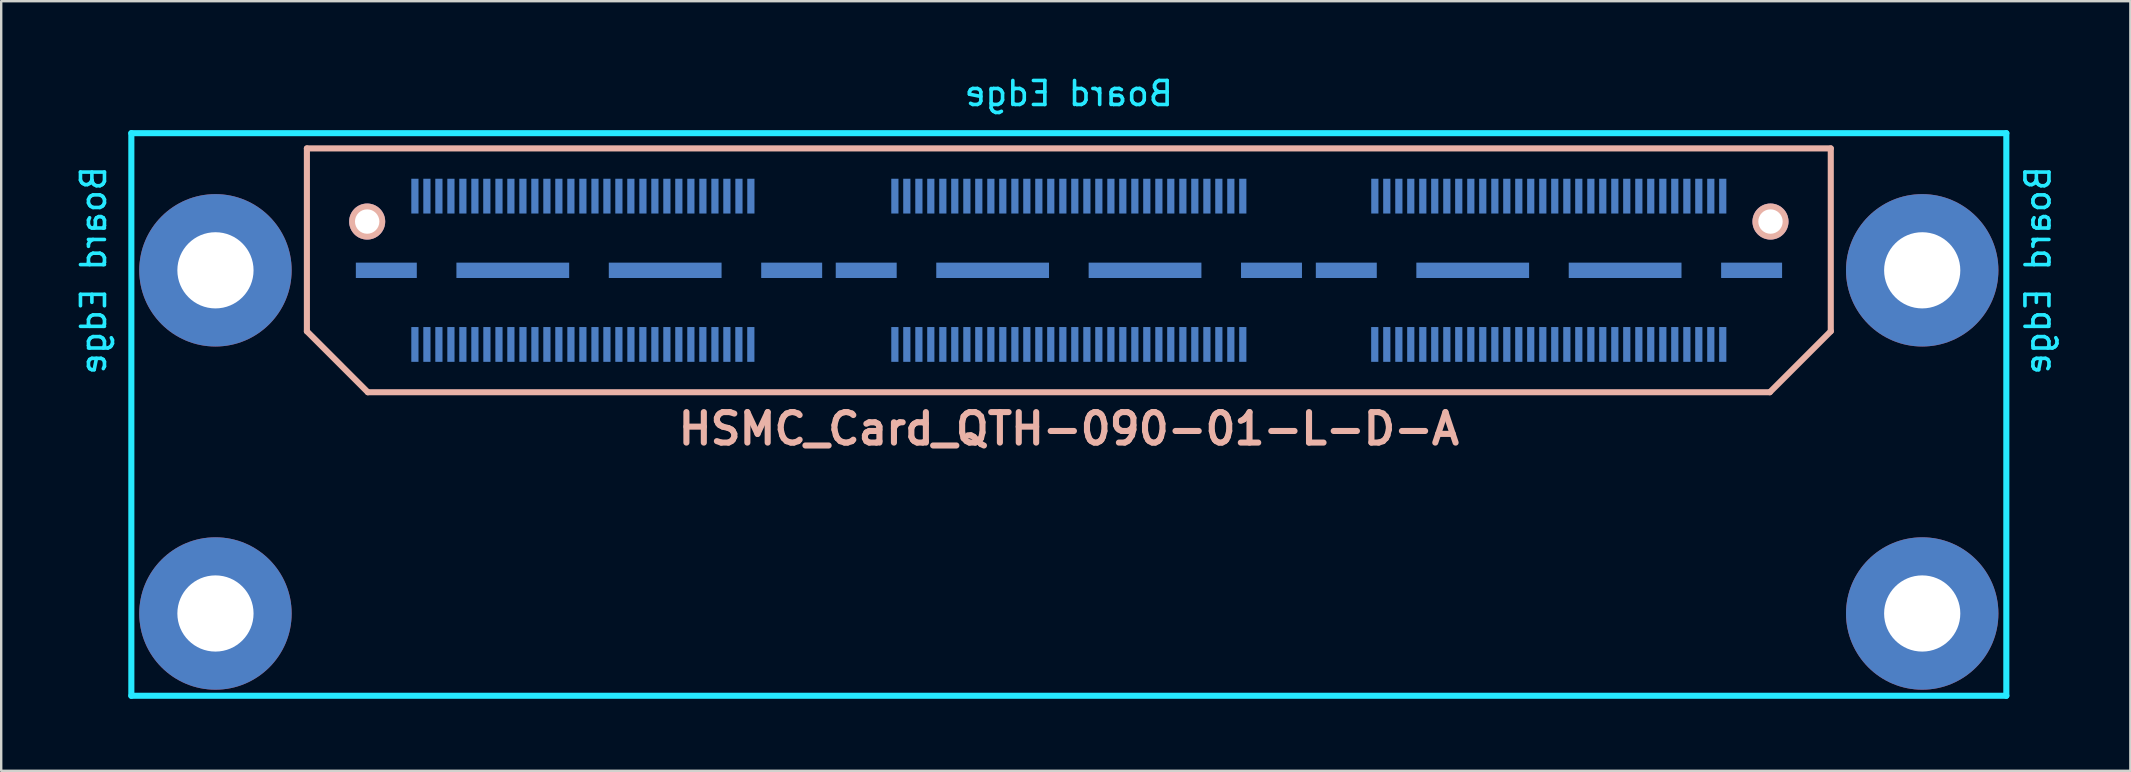
<source format=kicad_pcb>
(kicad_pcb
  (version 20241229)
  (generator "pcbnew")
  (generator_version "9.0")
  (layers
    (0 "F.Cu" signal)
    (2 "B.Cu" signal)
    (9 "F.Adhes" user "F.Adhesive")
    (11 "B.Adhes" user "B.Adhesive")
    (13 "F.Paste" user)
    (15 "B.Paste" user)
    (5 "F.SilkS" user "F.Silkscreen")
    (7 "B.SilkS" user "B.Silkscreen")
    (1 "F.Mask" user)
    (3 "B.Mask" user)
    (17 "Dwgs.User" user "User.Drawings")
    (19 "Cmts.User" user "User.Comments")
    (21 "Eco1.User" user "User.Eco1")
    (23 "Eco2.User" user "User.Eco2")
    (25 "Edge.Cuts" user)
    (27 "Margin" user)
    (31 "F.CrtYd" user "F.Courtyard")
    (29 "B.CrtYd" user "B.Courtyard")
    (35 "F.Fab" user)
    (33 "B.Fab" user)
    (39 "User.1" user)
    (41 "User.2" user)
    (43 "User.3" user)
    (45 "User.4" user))
  (footprint "HSMC_Card_QTH-090-01-L-D-A"
    (layer "F.Cu")
    (at 41.488 8.214)
    (property "Reference" "HSMC_Card_QTH-090-01-L-D-A" (at 0 6.604 0) (layer "B.SilkS") (effects (font (size 1.27 1.27) (thickness 0.254))))
    (attr smd)
    (fp_line (start -31.75 -5.08) (end 31.75 -5.08) (stroke (width 0.254) (type solid)) (layer "B.SilkS"))
    (fp_line (start -31.75 2.54) (end -31.75 -5.08) (stroke (width 0.254) (type solid)) (layer "B.SilkS"))
    (fp_line (start -29.21 5.08) (end -31.75 2.54) (stroke (width 0.254) (type solid)) (layer "B.SilkS"))
    (fp_line (start -29.21 5.08) (end 29.21 5.08) (stroke (width 0.254) (type solid)) (layer "B.SilkS"))
    (fp_line (start 29.21 5.08) (end 31.75 2.54) (stroke (width 0.254) (type solid)) (layer "B.SilkS"))
    (fp_line (start 31.75 2.54) (end 31.75 -5.08) (stroke (width 0.254) (type solid)) (layer "B.SilkS"))
    (fp_line (start -39.065 -5.715) (end -39.065 17.729) (stroke (width 0.254) (type solid)) (layer "B.CrtYd"))
    (fp_line (start -39.065 -5.715) (end 39.065 -5.715) (stroke (width 0.254) (type solid)) (layer "B.CrtYd"))
    (fp_line (start -39.065 17.729) (end 39.065 17.729) (stroke (width 0.254) (type solid)) (layer "B.CrtYd"))
    (fp_line (start 39.065 -5.715) (end 39.065 17.729) (stroke (width 0.254) (type solid)) (layer "B.CrtYd"))
    (fp_text user "Board Edge" (at -40.64 0 90) (layer "B.CrtYd") (effects (font (size 1 1) (thickness 0.15)) (justify mirror)))
    (fp_text user "Board Edge" (at 0 -7.366 180) (layer "B.CrtYd") (effects (font (size 1 1) (thickness 0.15)) (justify mirror)))
    (fp_text user "Board Edge" (at 40.386 0 270) (layer "B.CrtYd") (effects (font (size 1 1) (thickness 0.15)) (justify mirror)))
    (pad "" np_thru_hole circle (at -35.56 0) (size 6.35 6.35) (drill 3.175) (layers "*.Cu" "*.Mask"))
    (pad "" np_thru_hole circle (at -35.56 14.3) (size 6.35 6.35) (drill 3.175) (layers "*.Cu" "*.Mask"))
    (pad "" np_thru_hole circle (at -29.238 -2.032) (size 1.501 1.501) (drill 1.016) (layers "*.Cu" "*.Mask" "B.SilkS"))
    (pad "" smd rect (at -26.249 -3.091) (size 0.3 1.45) (layers "B.Cu" "B.Mask" "B.Paste"))
    (pad "" smd rect (at -26.249 3.089) (size 0.3 1.45) (layers "B.Cu" "B.Mask" "B.Paste"))
    (pad "" smd rect (at -24.749 -3.091) (size 0.3 1.45) (layers "B.Cu" "B.Mask" "B.Paste"))
    (pad "" smd rect (at -24.749 3.089) (size 0.3 1.45) (layers "B.Cu" "B.Mask" "B.Paste"))
    (pad "" smd rect (at -23.249 -3.091) (size 0.3 1.45) (layers "B.Cu" "B.Mask" "B.Paste"))
    (pad "" smd rect (at -23.249 3.089) (size 0.3 1.45) (layers "B.Cu" "B.Mask" "B.Paste"))
    (pad "" smd rect (at -21.749 -3.091) (size 0.3 1.45) (layers "B.Cu" "B.Mask" "B.Paste"))
    (pad "" smd rect (at -21.749 3.089) (size 0.3 1.45) (layers "B.Cu" "B.Mask" "B.Paste"))
    (pad "" smd rect (at -20.249 -3.091) (size 0.3 1.45) (layers "B.Cu" "B.Mask" "B.Paste"))
    (pad "" smd rect (at -20.249 3.089) (size 0.3 1.45) (layers "B.Cu" "B.Mask" "B.Paste"))
    (pad "" smd rect (at -18.749 -3.091) (size 0.3 1.45) (layers "B.Cu" "B.Mask" "B.Paste"))
    (pad "" smd rect (at -18.749 3.089) (size 0.3 1.45) (layers "B.Cu" "B.Mask" "B.Paste"))
    (pad "" smd rect (at -17.249 -3.091) (size 0.3 1.45) (layers "B.Cu" "B.Mask" "B.Paste"))
    (pad "" smd rect (at -17.249 3.089) (size 0.3 1.45) (layers "B.Cu" "B.Mask" "B.Paste"))
    (pad "" smd rect (at -15.749 -3.091) (size 0.3 1.45) (layers "B.Cu" "B.Mask" "B.Paste"))
    (pad "" smd rect (at -15.749 3.089) (size 0.3 1.45) (layers "B.Cu" "B.Mask" "B.Paste"))
    (pad "" smd rect (at -14.249 -3.091) (size 0.3 1.45) (layers "B.Cu" "B.Mask" "B.Paste"))
    (pad "" smd rect (at -14.249 3.089) (size 0.3 1.45) (layers "B.Cu" "B.Mask" "B.Paste"))
    (pad "" np_thru_hole circle (at 29.238 -2.032) (size 1.501 1.501) (drill 1.016) (layers "*.Cu" "*.Mask" "B.SilkS"))
    (pad "" np_thru_hole circle (at 35.56 0) (size 6.35 6.35) (drill 3.175) (layers "*.Cu" "*.Mask"))
    (pad "" np_thru_hole circle (at 35.56 14.3) (size 6.35 6.35) (drill 3.175) (layers "*.Cu" "*.Mask"))
    (pad "1" smd rect (at -27.249 -3.091) (size 0.3 1.45) (layers "B.Cu" "B.Mask" "B.Paste"))
    (pad "2" smd rect (at -27.249 3.089) (size 0.3 1.45) (layers "B.Cu" "B.Mask" "B.Paste"))
    (pad "3" smd rect (at -26.749 -3.091) (size 0.3 1.45) (layers "B.Cu" "B.Mask" "B.Paste"))
    (pad "4" smd rect (at -26.749 3.089) (size 0.3 1.45) (layers "B.Cu" "B.Mask" "B.Paste"))
    (pad "5" smd rect (at -25.748 -3.091) (size 0.3 1.45) (layers "B.Cu" "B.Mask" "B.Paste"))
    (pad "6" smd rect (at -25.748 3.089) (size 0.3 1.45) (layers "B.Cu" "B.Mask" "B.Paste"))
    (pad "7" smd rect (at -25.25 -3.091) (size 0.3 1.45) (layers "B.Cu" "B.Mask" "B.Paste"))
    (pad "8" smd rect (at -25.25 3.089) (size 0.3 1.45) (layers "B.Cu" "B.Mask" "B.Paste"))
    (pad "9" smd rect (at -24.252 -3.091) (size 0.3 1.45) (layers "B.Cu" "B.Mask" "B.Paste"))
    (pad "10" smd rect (at -24.249 3.089) (size 0.3 1.45) (layers "B.Cu" "B.Mask" "B.Paste"))
    (pad "11" smd rect (at -23.746 -3.091) (size 0.3 1.45) (layers "B.Cu" "B.Mask" "B.Paste"))
    (pad "12" smd rect (at -23.746 3.089) (size 0.3 1.45) (layers "B.Cu" "B.Mask" "B.Paste"))
    (pad "13" smd rect (at -22.748 -3.091) (size 0.3 1.45) (layers "B.Cu" "B.Mask" "B.Paste"))
    (pad "14" smd rect (at -22.746 3.089) (size 0.3 1.45) (layers "B.Cu" "B.Mask" "B.Paste"))
    (pad "15" smd rect (at -22.25 -3.091) (size 0.3 1.45) (layers "B.Cu" "B.Mask" "B.Paste"))
    (pad "16" smd rect (at -22.248 3.089) (size 0.3 1.45) (layers "B.Cu" "B.Mask" "B.Paste"))
    (pad "17" smd rect (at -21.25 -3.091) (size 0.3 1.45) (layers "B.Cu" "B.Mask" "B.Paste"))
    (pad "18" smd rect (at -21.25 3.089) (size 0.3 1.45) (layers "B.Cu" "B.Mask" "B.Paste"))
    (pad "19" smd rect (at -20.749 -3.091) (size 0.3 1.45) (layers "B.Cu" "B.Mask" "B.Paste"))
    (pad "20" smd rect (at -20.747 3.089) (size 0.3 1.45) (layers "B.Cu" "B.Mask" "B.Paste"))
    (pad "21" smd rect (at -19.746 -3.091) (size 0.3 1.45) (layers "B.Cu" "B.Mask" "B.Paste"))
    (pad "22" smd rect (at -19.746 3.089) (size 0.3 1.45) (layers "B.Cu" "B.Mask" "B.Paste"))
    (pad "23" smd rect (at -19.248 -3.091) (size 0.3 1.45) (layers "B.Cu" "B.Mask" "B.Paste"))
    (pad "24" smd rect (at -19.248 3.089) (size 0.3 1.45) (layers "B.Cu" "B.Mask" "B.Paste"))
    (pad "25" smd rect (at -18.25 -3.091) (size 0.3 1.45) (layers "B.Cu" "B.Mask" "B.Paste"))
    (pad "26" smd rect (at -18.247 3.089) (size 0.3 1.45) (layers "B.Cu" "B.Mask" "B.Paste"))
    (pad "27" smd rect (at -17.747 -3.091) (size 0.3 1.45) (layers "B.Cu" "B.Mask" "B.Paste"))
    (pad "28" smd rect (at -17.75 3.089) (size 0.3 1.45) (layers "B.Cu" "B.Mask" "B.Paste"))
    (pad "29" smd rect (at -16.749 -3.091) (size 0.3 1.45) (layers "B.Cu" "B.Mask" "B.Paste"))
    (pad "30" smd rect (at -16.749 3.089) (size 0.3 1.45) (layers "B.Cu" "B.Mask" "B.Paste"))
    (pad "31" smd rect (at -16.251 -3.091) (size 0.3 1.45) (layers "B.Cu" "B.Mask" "B.Paste"))
    (pad "32" smd rect (at -16.251 3.089) (size 0.3 1.45) (layers "B.Cu" "B.Mask" "B.Paste"))
    (pad "33" smd rect (at -15.248 -3.091) (size 0.3 1.45) (layers "B.Cu" "B.Mask" "B.Paste"))
    (pad "34" smd rect (at -15.25 3.089) (size 0.3 1.45) (layers "B.Cu" "B.Mask" "B.Paste"))
    (pad "35" smd rect (at -14.747 -3.091) (size 0.3 1.45) (layers "B.Cu" "B.Mask" "B.Paste"))
    (pad "36" smd rect (at -14.747 3.089) (size 0.3 1.45) (layers "B.Cu" "B.Mask" "B.Paste"))
    (pad "37" smd rect (at -13.746 -3.091) (size 0.3 1.45) (layers "B.Cu" "B.Mask" "B.Paste"))
    (pad "38" smd rect (at -13.749 3.089) (size 0.3 1.45) (layers "B.Cu" "B.Mask" "B.Paste"))
    (pad "39" smd rect (at -13.249 -3.091) (size 0.3 1.45) (layers "B.Cu" "B.Mask" "B.Paste"))
    (pad "40" smd rect (at -13.251 3.089) (size 0.3 1.45) (layers "B.Cu" "B.Mask" "B.Paste"))
    (pad "41" smd rect (at -7.249 -3.091) (size 0.3 1.45) (layers "B.Cu" "B.Mask" "B.Paste"))
    (pad "42" smd rect (at -7.249 3.089) (size 0.3 1.45) (layers "B.Cu" "B.Mask" "B.Paste"))
    (pad "43" smd rect (at -6.751 -3.091) (size 0.3 1.45) (layers "B.Cu" "B.Mask" "B.Paste"))
    (pad "44" smd rect (at -6.751 3.089) (size 0.3 1.45) (layers "B.Cu" "B.Mask" "B.Paste"))
    (pad "45" smd rect (at -6.248 -3.091) (size 0.3 1.45) (layers "B.Cu" "B.Mask" "B.Paste"))
    (pad "46" smd rect (at -6.248 3.089) (size 0.3 1.45) (layers "B.Cu" "B.Mask" "B.Paste"))
    (pad "47" smd rect (at -5.751 -3.091) (size 0.3 1.45) (layers "B.Cu" "B.Mask" "B.Paste"))
    (pad "48" smd rect (at -5.751 3.089) (size 0.3 1.45) (layers "B.Cu" "B.Mask" "B.Paste"))
    (pad "49" smd rect (at -5.25 -3.091) (size 0.3 1.45) (layers "B.Cu" "B.Mask" "B.Paste"))
    (pad "50" smd rect (at -5.25 3.089) (size 0.3 1.45) (layers "B.Cu" "B.Mask" "B.Paste"))
    (pad "51" smd rect (at -4.752 -3.091) (size 0.3 1.45) (layers "B.Cu" "B.Mask" "B.Paste"))
    (pad "52" smd rect (at -4.752 3.089) (size 0.3 1.45) (layers "B.Cu" "B.Mask" "B.Paste"))
    (pad "53" smd rect (at -4.249 -3.091) (size 0.3 1.45) (layers "B.Cu" "B.Mask" "B.Paste"))
    (pad "54" smd rect (at -4.249 3.089) (size 0.3 1.45) (layers "B.Cu" "B.Mask" "B.Paste"))
    (pad "55" smd rect (at -3.752 -3.091) (size 0.3 1.45) (layers "B.Cu" "B.Mask" "B.Paste"))
    (pad "56" smd rect (at -3.752 3.089) (size 0.3 1.45) (layers "B.Cu" "B.Mask" "B.Paste"))
    (pad "57" smd rect (at -3.249 -3.091) (size 0.3 1.45) (layers "B.Cu" "B.Mask" "B.Paste"))
    (pad "58" smd rect (at -3.249 3.089) (size 0.3 1.45) (layers "B.Cu" "B.Mask" "B.Paste"))
    (pad "59" smd rect (at -2.751 -3.091) (size 0.3 1.45) (layers "B.Cu" "B.Mask" "B.Paste"))
    (pad "60" smd rect (at -2.751 3.089) (size 0.3 1.45) (layers "B.Cu" "B.Mask" "B.Paste"))
    (pad "61" smd rect (at -2.248 -3.091) (size 0.3 1.45) (layers "B.Cu" "B.Mask" "B.Paste"))
    (pad "62" smd rect (at -2.248 3.089) (size 0.3 1.45) (layers "B.Cu" "B.Mask" "B.Paste"))
    (pad "63" smd rect (at -1.75 -3.091) (size 0.3 1.45) (layers "B.Cu" "B.Mask" "B.Paste"))
    (pad "64" smd rect (at -1.75 3.089) (size 0.3 1.45) (layers "B.Cu" "B.Mask" "B.Paste"))
    (pad "65" smd rect (at -1.25 -3.091) (size 0.3 1.45) (layers "B.Cu" "B.Mask" "B.Paste"))
    (pad "66" smd rect (at -1.25 3.089) (size 0.3 1.45) (layers "B.Cu" "B.Mask" "B.Paste"))
    (pad "67" smd rect (at -0.752 -3.091) (size 0.3 1.45) (layers "B.Cu" "B.Mask" "B.Paste"))
    (pad "68" smd rect (at -0.752 3.089) (size 0.3 1.45) (layers "B.Cu" "B.Mask" "B.Paste"))
    (pad "69" smd rect (at -0.249 -3.091) (size 0.3 1.45) (layers "B.Cu" "B.Mask" "B.Paste"))
    (pad "70" smd rect (at -0.249 3.089) (size 0.3 1.45) (layers "B.Cu" "B.Mask" "B.Paste"))
    (pad "71" smd rect (at 0.249 -3.091) (size 0.3 1.45) (layers "B.Cu" "B.Mask" "B.Paste"))
    (pad "72" smd rect (at 0.249 3.089) (size 0.3 1.45) (layers "B.Cu" "B.Mask" "B.Paste"))
    (pad "73" smd rect (at 0.752 -3.091) (size 0.3 1.45) (layers "B.Cu" "B.Mask" "B.Paste"))
    (pad "74" smd rect (at 0.752 3.089) (size 0.3 1.45) (layers "B.Cu" "B.Mask" "B.Paste"))
    (pad "75" smd rect (at 1.25 -3.091) (size 0.3 1.45) (layers "B.Cu" "B.Mask" "B.Paste"))
    (pad "76" smd rect (at 1.25 3.089) (size 0.3 1.45) (layers "B.Cu" "B.Mask" "B.Paste"))
    (pad "77" smd rect (at 1.753 -3.091) (size 0.3 1.45) (layers "B.Cu" "B.Mask" "B.Paste"))
    (pad "78" smd rect (at 1.753 3.089) (size 0.3 1.45) (layers "B.Cu" "B.Mask" "B.Paste"))
    (pad "79" smd rect (at 2.25 -3.091) (size 0.3 1.45) (layers "B.Cu" "B.Mask" "B.Paste"))
    (pad "80" smd rect (at 2.25 3.089) (size 0.3 1.45) (layers "B.Cu" "B.Mask" "B.Paste"))
    (pad "81" smd rect (at 2.751 -3.091) (size 0.3 1.45) (layers "B.Cu" "B.Mask" "B.Paste"))
    (pad "82" smd rect (at 2.751 3.089) (size 0.3 1.45) (layers "B.Cu" "B.Mask" "B.Paste"))
    (pad "83" smd rect (at 3.249 -3.091) (size 0.3 1.45) (layers "B.Cu" "B.Mask" "B.Paste"))
    (pad "84" smd rect (at 3.249 3.089) (size 0.3 1.45) (layers "B.Cu" "B.Mask" "B.Paste"))
    (pad "85" smd rect (at 3.752 -3.091) (size 0.3 1.45) (layers "B.Cu" "B.Mask" "B.Paste"))
    (pad "86" smd rect (at 3.752 3.089) (size 0.3 1.45) (layers "B.Cu" "B.Mask" "B.Paste"))
    (pad "87" smd rect (at 4.249 -3.091) (size 0.3 1.45) (layers "B.Cu" "B.Mask" "B.Paste"))
    (pad "88" smd rect (at 4.249 3.089) (size 0.3 1.45) (layers "B.Cu" "B.Mask" "B.Paste"))
    (pad "89" smd rect (at 4.752 -3.091) (size 0.3 1.45) (layers "B.Cu" "B.Mask" "B.Paste"))
    (pad "90" smd rect (at 4.752 3.089) (size 0.3 1.45) (layers "B.Cu" "B.Mask" "B.Paste"))
    (pad "91" smd rect (at 5.25 -3.091) (size 0.3 1.45) (layers "B.Cu" "B.Mask" "B.Paste"))
    (pad "92" smd rect (at 5.25 3.089) (size 0.3 1.45) (layers "B.Cu" "B.Mask" "B.Paste"))
    (pad "93" smd rect (at 5.753 -3.091) (size 0.3 1.45) (layers "B.Cu" "B.Mask" "B.Paste"))
    (pad "94" smd rect (at 5.753 3.089) (size 0.3 1.45) (layers "B.Cu" "B.Mask" "B.Paste"))
    (pad "95" smd rect (at 6.251 -3.091) (size 0.3 1.45) (layers "B.Cu" "B.Mask" "B.Paste"))
    (pad "96" smd rect (at 6.251 3.089) (size 0.3 1.45) (layers "B.Cu" "B.Mask" "B.Paste"))
    (pad "97" smd rect (at 6.751 -3.091) (size 0.3 1.45) (layers "B.Cu" "B.Mask" "B.Paste"))
    (pad "98" smd rect (at 6.751 3.089) (size 0.3 1.45) (layers "B.Cu" "B.Mask" "B.Paste"))
    (pad "99" smd rect (at 7.249 -3.091) (size 0.3 1.45) (layers "B.Cu" "B.Mask" "B.Paste"))
    (pad "100" smd rect (at 7.249 3.089) (size 0.3 1.45) (layers "B.Cu" "B.Mask" "B.Paste"))
    (pad "101" smd rect (at 12.751 -3.091) (size 0.3 1.45) (layers "B.Cu" "B.Mask" "B.Paste"))
    (pad "102" smd rect (at 12.748 3.089) (size 0.3 1.45) (layers "B.Cu" "B.Mask" "B.Paste"))
    (pad "103" smd rect (at 13.249 -3.091) (size 0.3 1.45) (layers "B.Cu" "B.Mask" "B.Paste"))
    (pad "104" smd rect (at 13.249 3.089) (size 0.3 1.45) (layers "B.Cu" "B.Mask" "B.Paste"))
    (pad "105" smd rect (at 13.752 -3.091) (size 0.3 1.45) (layers "B.Cu" "B.Mask" "B.Paste"))
    (pad "106" smd rect (at 13.752 3.089) (size 0.3 1.45) (layers "B.Cu" "B.Mask" "B.Paste"))
    (pad "107" smd rect (at 14.249 -3.091) (size 0.3 1.45) (layers "B.Cu" "B.Mask" "B.Paste"))
    (pad "108" smd rect (at 14.249 3.089) (size 0.3 1.45) (layers "B.Cu" "B.Mask" "B.Paste"))
    (pad "109" smd rect (at 14.75 -3.091) (size 0.3 1.45) (layers "B.Cu" "B.Mask" "B.Paste"))
    (pad "110" smd rect (at 14.75 3.089) (size 0.3 1.45) (layers "B.Cu" "B.Mask" "B.Paste"))
    (pad "111" smd rect (at 15.248 -3.091) (size 0.3 1.45) (layers "B.Cu" "B.Mask" "B.Paste"))
    (pad "112" smd rect (at 15.248 3.089) (size 0.3 1.45) (layers "B.Cu" "B.Mask" "B.Paste"))
    (pad "113" smd rect (at 15.751 -3.091) (size 0.3 1.45) (layers "B.Cu" "B.Mask" "B.Paste"))
    (pad "114" smd rect (at 15.751 3.089) (size 0.3 1.45) (layers "B.Cu" "B.Mask" "B.Paste"))
    (pad "115" smd rect (at 16.248 -3.091) (size 0.3 1.45) (layers "B.Cu" "B.Mask" "B.Paste"))
    (pad "116" smd rect (at 16.248 3.089) (size 0.3 1.45) (layers "B.Cu" "B.Mask" "B.Paste"))
    (pad "117" smd rect (at 16.751 -3.091) (size 0.3 1.45) (layers "B.Cu" "B.Mask" "B.Paste"))
    (pad "118" smd rect (at 16.751 3.089) (size 0.3 1.45) (layers "B.Cu" "B.Mask" "B.Paste"))
    (pad "119" smd rect (at 17.249 -3.091) (size 0.3 1.45) (layers "B.Cu" "B.Mask" "B.Paste"))
    (pad "120" smd rect (at 17.249 3.089) (size 0.3 1.45) (layers "B.Cu" "B.Mask" "B.Paste"))
    (pad "121" smd rect (at 17.752 -3.091) (size 0.3 1.45) (layers "B.Cu" "B.Mask" "B.Paste"))
    (pad "122" smd rect (at 17.752 3.089) (size 0.3 1.45) (layers "B.Cu" "B.Mask" "B.Paste"))
    (pad "123" smd rect (at 18.25 -3.091) (size 0.3 1.45) (layers "B.Cu" "B.Mask" "B.Paste"))
    (pad "124" smd rect (at 18.25 3.089) (size 0.3 1.45) (layers "B.Cu" "B.Mask" "B.Paste"))
    (pad "125" smd rect (at 18.75 -3.091) (size 0.3 1.45) (layers "B.Cu" "B.Mask" "B.Paste"))
    (pad "126" smd rect (at 18.75 3.089) (size 0.3 1.45) (layers "B.Cu" "B.Mask" "B.Paste"))
    (pad "127" smd rect (at 19.248 -3.091) (size 0.3 1.45) (layers "B.Cu" "B.Mask" "B.Paste"))
    (pad "128" smd rect (at 19.248 3.089) (size 0.3 1.45) (layers "B.Cu" "B.Mask" "B.Paste"))
    (pad "129" smd rect (at 19.751 -3.091) (size 0.3 1.45) (layers "B.Cu" "B.Mask" "B.Paste"))
    (pad "130" smd rect (at 19.751 3.089) (size 0.3 1.45) (layers "B.Cu" "B.Mask" "B.Paste"))
    (pad "131" smd rect (at 20.249 -3.091) (size 0.3 1.45) (layers "B.Cu" "B.Mask" "B.Paste"))
    (pad "132" smd rect (at 20.249 3.089) (size 0.3 1.45) (layers "B.Cu" "B.Mask" "B.Paste"))
    (pad "133" smd rect (at 20.752 -3.091) (size 0.3 1.45) (layers "B.Cu" "B.Mask" "B.Paste"))
    (pad "134" smd rect (at 20.752 3.089) (size 0.3 1.45) (layers "B.Cu" "B.Mask" "B.Paste"))
    (pad "135" smd rect (at 21.25 -3.091) (size 0.3 1.45) (layers "B.Cu" "B.Mask" "B.Paste"))
    (pad "136" smd rect (at 21.25 3.089) (size 0.3 1.45) (layers "B.Cu" "B.Mask" "B.Paste"))
    (pad "137" smd rect (at 21.753 -3.091) (size 0.3 1.45) (layers "B.Cu" "B.Mask" "B.Paste"))
    (pad "138" smd rect (at 21.753 3.089) (size 0.3 1.45) (layers "B.Cu" "B.Mask" "B.Paste"))
    (pad "139" smd rect (at 22.25 -3.091) (size 0.3 1.45) (layers "B.Cu" "B.Mask" "B.Paste"))
    (pad "140" smd rect (at 22.25 3.089) (size 0.3 1.45) (layers "B.Cu" "B.Mask" "B.Paste"))
    (pad "141" smd rect (at 22.751 -3.091) (size 0.3 1.45) (layers "B.Cu" "B.Mask" "B.Paste"))
    (pad "142" smd rect (at 22.751 3.089) (size 0.3 1.45) (layers "B.Cu" "B.Mask" "B.Paste"))
    (pad "143" smd rect (at 23.249 -3.091) (size 0.3 1.45) (layers "B.Cu" "B.Mask" "B.Paste"))
    (pad "144" smd rect (at 23.249 3.089) (size 0.3 1.45) (layers "B.Cu" "B.Mask" "B.Paste"))
    (pad "145" smd rect (at 23.752 -3.091) (size 0.3 1.45) (layers "B.Cu" "B.Mask" "B.Paste"))
    (pad "146" smd rect (at 23.752 3.089) (size 0.3 1.45) (layers "B.Cu" "B.Mask" "B.Paste"))
    (pad "147" smd rect (at 24.249 -3.091) (size 0.3 1.45) (layers "B.Cu" "B.Mask" "B.Paste"))
    (pad "148" smd rect (at 24.249 3.089) (size 0.3 1.45) (layers "B.Cu" "B.Mask" "B.Paste"))
    (pad "149" smd rect (at 24.752 -3.091) (size 0.3 1.45) (layers "B.Cu" "B.Mask" "B.Paste"))
    (pad "150" smd rect (at 24.752 3.089) (size 0.3 1.45) (layers "B.Cu" "B.Mask" "B.Paste"))
    (pad "151" smd rect (at 25.25 -3.091) (size 0.3 1.45) (layers "B.Cu" "B.Mask" "B.Paste"))
    (pad "152" smd rect (at 25.25 3.089) (size 0.3 1.45) (layers "B.Cu" "B.Mask" "B.Paste"))
    (pad "153" smd rect (at 25.753 -3.091) (size 0.3 1.45) (layers "B.Cu" "B.Mask" "B.Paste"))
    (pad "154" smd rect (at 25.753 3.089) (size 0.3 1.45) (layers "B.Cu" "B.Mask" "B.Paste"))
    (pad "155" smd rect (at 26.251 -3.091) (size 0.3 1.45) (layers "B.Cu" "B.Mask" "B.Paste"))
    (pad "156" smd rect (at 26.251 3.089) (size 0.3 1.45) (layers "B.Cu" "B.Mask" "B.Paste"))
    (pad "157" smd rect (at 26.751 -3.091) (size 0.3 1.45) (layers "B.Cu" "B.Mask" "B.Paste"))
    (pad "158" smd rect (at 26.751 3.089) (size 0.3 1.45) (layers "B.Cu" "B.Mask" "B.Paste"))
    (pad "159" smd rect (at 27.249 -3.091) (size 0.3 1.45) (layers "B.Cu" "B.Mask" "B.Paste"))
    (pad "160" smd rect (at 27.249 3.089) (size 0.3 1.45) (layers "B.Cu" "B.Mask" "B.Paste"))
    (pad "161" smd rect (at -28.44 0) (size 2.54 0.64) (layers "B.Cu" "B.Mask" "B.Paste"))
    (pad "162" smd rect (at -23.17 0) (size 4.699 0.64) (layers "B.Cu" "B.Mask" "B.Paste"))
    (pad "163" smd rect (at -16.82 0) (size 4.699 0.64) (layers "B.Cu" "B.Mask" "B.Paste"))
    (pad "164" smd rect (at -11.549 0) (size 2.54 0.64) (layers "B.Cu" "B.Mask" "B.Paste"))
    (pad "165" smd rect (at -8.443 0) (size 2.54 0.64) (layers "B.Cu" "B.Mask" "B.Paste"))
    (pad "166" smd rect (at -3.175 0) (size 4.699 0.64) (layers "B.Cu" "B.Mask" "B.Paste"))
    (pad "167" smd rect (at 3.175 0) (size 4.699 0.64) (layers "B.Cu" "B.Mask" "B.Paste"))
    (pad "168" smd rect (at 8.445 0) (size 2.54 0.64) (layers "B.Cu" "B.Mask" "B.Paste"))
    (pad "169" smd rect (at 11.562 0) (size 2.54 0.64) (layers "B.Cu" "B.Mask" "B.Paste"))
    (pad "170" smd rect (at 16.83 0) (size 4.699 0.64) (layers "B.Cu" "B.Mask" "B.Paste"))
    (pad "171" smd rect (at 23.18 0) (size 4.699 0.64) (layers "B.Cu" "B.Mask" "B.Paste"))
    (pad "172" smd rect (at 28.451 0) (size 2.54 0.64) (layers "B.Cu" "B.Mask" "B.Paste")))
  (gr_rect
    (start -3 -3)
    (end 85.722 29.07)
    (stroke (width 0.1) (type default))
    (fill no)
    (layer "Edge.Cuts")))
</source>
